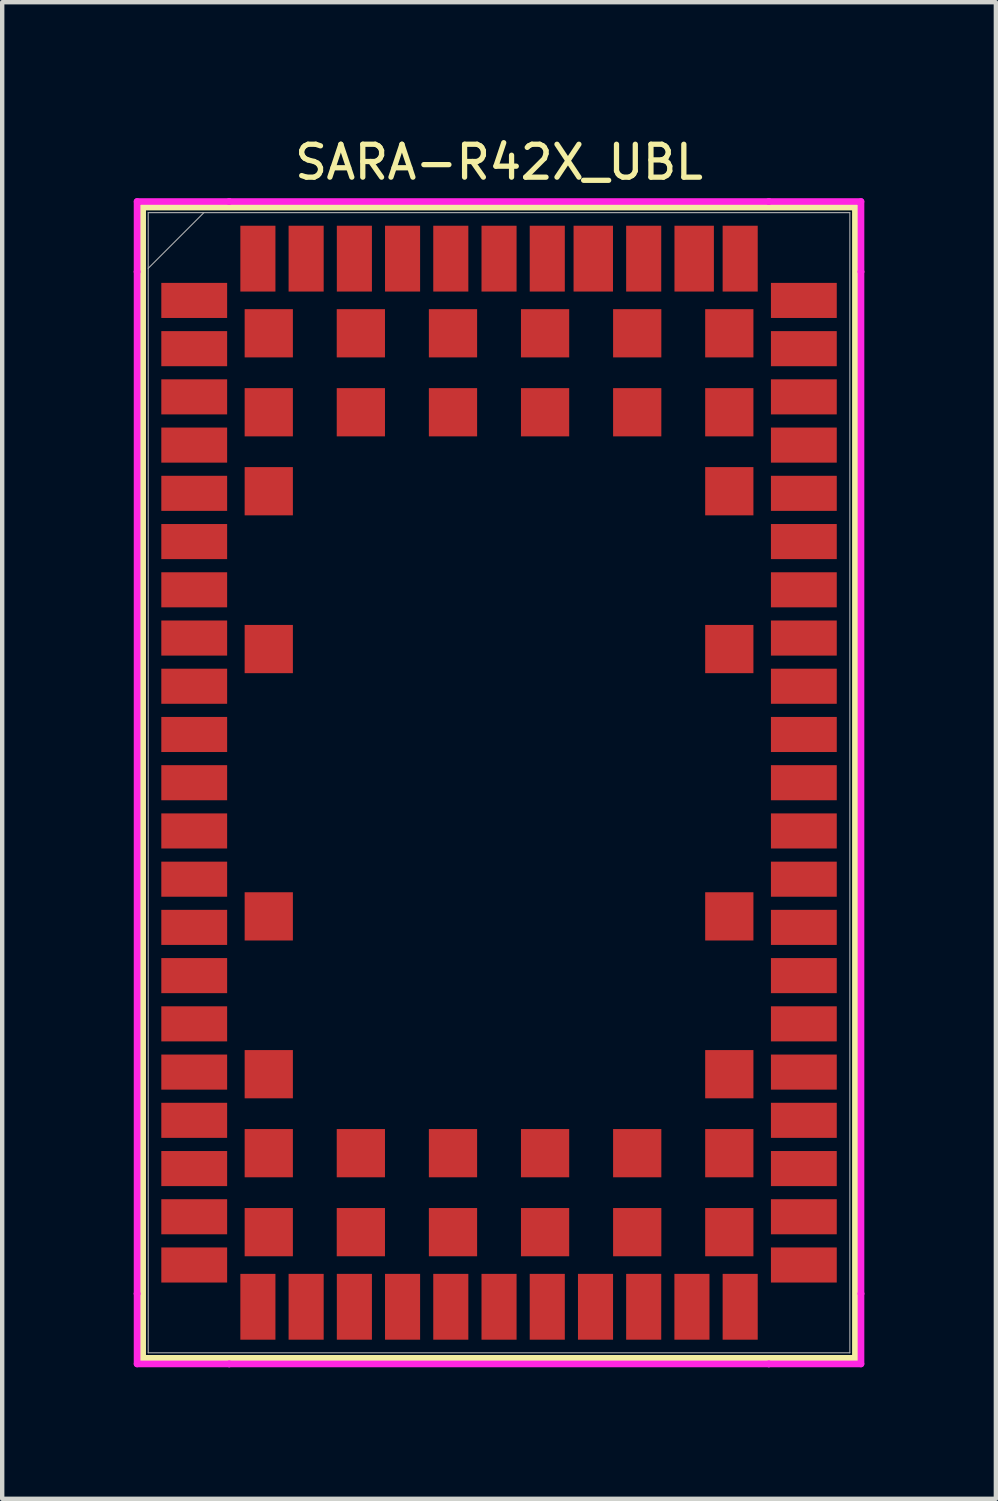
<source format=kicad_pcb>
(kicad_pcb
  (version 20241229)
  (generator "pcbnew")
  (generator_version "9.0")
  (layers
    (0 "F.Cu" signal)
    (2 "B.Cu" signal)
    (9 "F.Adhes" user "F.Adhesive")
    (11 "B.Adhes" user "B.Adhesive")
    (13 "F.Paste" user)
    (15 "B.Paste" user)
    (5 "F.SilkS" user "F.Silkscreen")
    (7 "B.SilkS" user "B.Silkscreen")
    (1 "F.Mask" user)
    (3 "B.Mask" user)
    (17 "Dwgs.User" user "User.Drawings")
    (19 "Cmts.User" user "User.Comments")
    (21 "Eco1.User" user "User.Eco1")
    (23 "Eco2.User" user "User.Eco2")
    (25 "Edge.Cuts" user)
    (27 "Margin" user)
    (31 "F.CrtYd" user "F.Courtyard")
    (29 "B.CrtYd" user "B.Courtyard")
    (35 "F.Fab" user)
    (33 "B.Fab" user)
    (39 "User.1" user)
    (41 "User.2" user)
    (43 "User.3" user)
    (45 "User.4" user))
  (footprint "SARA-R42X_UBL"
    (layer "F.Cu")
    (at 8.33 14.799)
    (property "Reference" "SARA-R42X_UBL" (at 0 -14.15 0) (unlocked yes) (layer "F.SilkS") (effects (font (size 0.75 0.75) (thickness 0.12))))
    (attr smd)
    (fp_line (start -8.127 -13.127) (end -8.127 13.127) (stroke (width 0.152) (type solid)) (layer "F.SilkS"))
    (fp_line (start -8.127 13.127) (end 8.127 13.127) (stroke (width 0.152) (type solid)) (layer "F.SilkS"))
    (fp_line (start 8.127 -13.127) (end -8.127 -13.127) (stroke (width 0.152) (type solid)) (layer "F.SilkS"))
    (fp_line (start 8.127 13.127) (end 8.127 -13.127) (stroke (width 0.152) (type solid)) (layer "F.SilkS"))
    (fp_line (start -8.254 -13.254) (end -6.153 -13.254) (stroke (width 0.152) (type solid)) (layer "F.CrtYd"))
    (fp_line (start -8.254 -11.652) (end -8.254 -13.254) (stroke (width 0.152) (type solid)) (layer "F.CrtYd"))
    (fp_line (start -8.254 -11.652) (end -8.254 -11.652) (stroke (width 0.152) (type solid)) (layer "F.CrtYd"))
    (fp_line (start -8.254 11.652) (end -8.254 -11.652) (stroke (width 0.152) (type solid)) (layer "F.CrtYd"))
    (fp_line (start -8.254 11.652) (end -8.254 11.652) (stroke (width 0.152) (type solid)) (layer "F.CrtYd"))
    (fp_line (start -8.254 13.254) (end -8.254 11.652) (stroke (width 0.152) (type solid)) (layer "F.CrtYd"))
    (fp_line (start -6.153 -13.254) (end -6.153 -13.254) (stroke (width 0.152) (type solid)) (layer "F.CrtYd"))
    (fp_line (start -6.153 -13.254) (end 6.153 -13.254) (stroke (width 0.152) (type solid)) (layer "F.CrtYd"))
    (fp_line (start -6.153 13.254) (end -8.254 13.254) (stroke (width 0.152) (type solid)) (layer "F.CrtYd"))
    (fp_line (start -6.153 13.254) (end -6.153 13.254) (stroke (width 0.152) (type solid)) (layer "F.CrtYd"))
    (fp_line (start 6.153 -13.254) (end 6.153 -13.254) (stroke (width 0.152) (type solid)) (layer "F.CrtYd"))
    (fp_line (start 6.153 -13.254) (end 8.254 -13.254) (stroke (width 0.152) (type solid)) (layer "F.CrtYd"))
    (fp_line (start 6.153 13.254) (end -6.153 13.254) (stroke (width 0.152) (type solid)) (layer "F.CrtYd"))
    (fp_line (start 6.153 13.254) (end 6.153 13.254) (stroke (width 0.152) (type solid)) (layer "F.CrtYd"))
    (fp_line (start 8.254 -13.254) (end 8.254 -11.652) (stroke (width 0.152) (type solid)) (layer "F.CrtYd"))
    (fp_line (start 8.254 -11.652) (end 8.254 -11.652) (stroke (width 0.152) (type solid)) (layer "F.CrtYd"))
    (fp_line (start 8.254 -11.652) (end 8.254 11.652) (stroke (width 0.152) (type solid)) (layer "F.CrtYd"))
    (fp_line (start 8.254 11.652) (end 8.254 11.652) (stroke (width 0.152) (type solid)) (layer "F.CrtYd"))
    (fp_line (start 8.254 11.652) (end 8.254 13.254) (stroke (width 0.152) (type solid)) (layer "F.CrtYd"))
    (fp_line (start 8.254 13.254) (end 6.153 13.254) (stroke (width 0.152) (type solid)) (layer "F.CrtYd"))
    (fp_line (start -8 -13) (end -8 13) (stroke (width 0.025) (type solid)) (layer "F.Fab"))
    (fp_line (start -8 -11.73) (end -6.73 -13) (stroke (width 0.025) (type solid)) (layer "F.Fab"))
    (fp_line (start -8 13) (end 8 13) (stroke (width 0.025) (type solid)) (layer "F.Fab"))
    (fp_line (start 8 -13) (end -8 -13) (stroke (width 0.025) (type solid)) (layer "F.Fab"))
    (fp_line (start 8 13) (end 8 -13) (stroke (width 0.025) (type solid)) (layer "F.Fab"))
    (pad "1" smd rect (at -6.951 -10.998) (size 1.501 0.8) (layers "F.Cu" "F.Mask" "F.Paste"))
    (pad "2" smd rect (at -6.951 -9.898) (size 1.501 0.8) (layers "F.Cu" "F.Mask" "F.Paste"))
    (pad "3" smd rect (at -6.951 -8.799) (size 1.501 0.8) (layers "F.Cu" "F.Mask" "F.Paste"))
    (pad "4" smd rect (at -6.951 -7.699) (size 1.501 0.8) (layers "F.Cu" "F.Mask" "F.Paste"))
    (pad "5" smd rect (at -6.951 -6.599) (size 1.501 0.8) (layers "F.Cu" "F.Mask" "F.Paste"))
    (pad "6" smd rect (at -6.951 -5.499) (size 1.501 0.8) (layers "F.Cu" "F.Mask" "F.Paste"))
    (pad "7" smd rect (at -6.951 -4.399) (size 1.501 0.8) (layers "F.Cu" "F.Mask" "F.Paste"))
    (pad "8" smd rect (at -6.951 -3.299) (size 1.501 0.8) (layers "F.Cu" "F.Mask" "F.Paste"))
    (pad "9" smd rect (at -6.951 -2.2) (size 1.501 0.8) (layers "F.Cu" "F.Mask" "F.Paste"))
    (pad "10" smd rect (at -6.951 -1.1) (size 1.501 0.8) (layers "F.Cu" "F.Mask" "F.Paste"))
    (pad "11" smd rect (at -6.951 0) (size 1.501 0.8) (layers "F.Cu" "F.Mask" "F.Paste"))
    (pad "12" smd rect (at -6.951 1.1) (size 1.501 0.8) (layers "F.Cu" "F.Mask" "F.Paste"))
    (pad "13" smd rect (at -6.951 2.2) (size 1.501 0.8) (layers "F.Cu" "F.Mask" "F.Paste"))
    (pad "14" smd rect (at -6.951 3.299) (size 1.501 0.8) (layers "F.Cu" "F.Mask" "F.Paste"))
    (pad "15" smd rect (at -6.951 4.399) (size 1.501 0.8) (layers "F.Cu" "F.Mask" "F.Paste"))
    (pad "16" smd rect (at -6.951 5.499) (size 1.501 0.8) (layers "F.Cu" "F.Mask" "F.Paste"))
    (pad "17" smd rect (at -6.951 6.599) (size 1.501 0.8) (layers "F.Cu" "F.Mask" "F.Paste"))
    (pad "18" smd rect (at -6.951 7.699) (size 1.501 0.8) (layers "F.Cu" "F.Mask" "F.Paste"))
    (pad "19" smd rect (at -6.951 8.799) (size 1.501 0.8) (layers "F.Cu" "F.Mask" "F.Paste"))
    (pad "20" smd rect (at -6.951 9.898) (size 1.501 0.8) (layers "F.Cu" "F.Mask" "F.Paste"))
    (pad "21" smd rect (at -6.951 10.998) (size 1.501 0.8) (layers "F.Cu" "F.Mask" "F.Paste"))
    (pad "22" smd rect (at -5.499 11.951 90) (size 1.501 0.8) (layers "F.Cu" "F.Mask" "F.Paste"))
    (pad "23" smd rect (at -4.399 11.951 90) (size 1.501 0.8) (layers "F.Cu" "F.Mask" "F.Paste"))
    (pad "24" smd rect (at -3.299 11.951 90) (size 1.501 0.8) (layers "F.Cu" "F.Mask" "F.Paste"))
    (pad "25" smd rect (at -2.2 11.951 90) (size 1.501 0.8) (layers "F.Cu" "F.Mask" "F.Paste"))
    (pad "26" smd rect (at -1.1 11.951 90) (size 1.501 0.8) (layers "F.Cu" "F.Mask" "F.Paste"))
    (pad "27" smd rect (at 0 11.951 90) (size 1.501 0.8) (layers "F.Cu" "F.Mask" "F.Paste"))
    (pad "28" smd rect (at 1.1 11.951 90) (size 1.501 0.8) (layers "F.Cu" "F.Mask" "F.Paste"))
    (pad "29" smd rect (at 2.2 11.951 90) (size 1.501 0.8) (layers "F.Cu" "F.Mask" "F.Paste"))
    (pad "30" smd rect (at 3.299 11.951 90) (size 1.501 0.8) (layers "F.Cu" "F.Mask" "F.Paste"))
    (pad "31" smd rect (at 4.399 11.951 90) (size 1.501 0.8) (layers "F.Cu" "F.Mask" "F.Paste"))
    (pad "32" smd rect (at 5.499 11.951 90) (size 1.501 0.8) (layers "F.Cu" "F.Mask" "F.Paste"))
    (pad "33" smd rect (at 6.951 10.998) (size 1.501 0.8) (layers "F.Cu" "F.Mask" "F.Paste"))
    (pad "34" smd rect (at 6.951 9.898) (size 1.501 0.8) (layers "F.Cu" "F.Mask" "F.Paste"))
    (pad "35" smd rect (at 6.951 8.799) (size 1.501 0.8) (layers "F.Cu" "F.Mask" "F.Paste"))
    (pad "36" smd rect (at 6.951 7.699) (size 1.501 0.8) (layers "F.Cu" "F.Mask" "F.Paste"))
    (pad "37" smd rect (at 6.951 6.599) (size 1.501 0.8) (layers "F.Cu" "F.Mask" "F.Paste"))
    (pad "38" smd rect (at 6.951 5.499) (size 1.501 0.8) (layers "F.Cu" "F.Mask" "F.Paste"))
    (pad "39" smd rect (at 6.951 4.399) (size 1.501 0.8) (layers "F.Cu" "F.Mask" "F.Paste"))
    (pad "40" smd rect (at 6.951 3.299) (size 1.501 0.8) (layers "F.Cu" "F.Mask" "F.Paste"))
    (pad "41" smd rect (at 6.951 2.2) (size 1.501 0.8) (layers "F.Cu" "F.Mask" "F.Paste"))
    (pad "42" smd rect (at 6.951 1.1) (size 1.501 0.8) (layers "F.Cu" "F.Mask" "F.Paste"))
    (pad "43" smd rect (at 6.951 0) (size 1.501 0.8) (layers "F.Cu" "F.Mask" "F.Paste"))
    (pad "44" smd rect (at 6.951 -1.1) (size 1.501 0.8) (layers "F.Cu" "F.Mask" "F.Paste"))
    (pad "45" smd rect (at 6.951 -2.2) (size 1.501 0.8) (layers "F.Cu" "F.Mask" "F.Paste"))
    (pad "46" smd rect (at 6.951 -3.299) (size 1.501 0.8) (layers "F.Cu" "F.Mask" "F.Paste"))
    (pad "47" smd rect (at 6.951 -4.399) (size 1.501 0.8) (layers "F.Cu" "F.Mask" "F.Paste"))
    (pad "48" smd rect (at 6.951 -5.499) (size 1.501 0.8) (layers "F.Cu" "F.Mask" "F.Paste"))
    (pad "49" smd rect (at 6.951 -6.599) (size 1.501 0.8) (layers "F.Cu" "F.Mask" "F.Paste"))
    (pad "50" smd rect (at 6.951 -7.699) (size 1.501 0.8) (layers "F.Cu" "F.Mask" "F.Paste"))
    (pad "51" smd rect (at 6.951 -8.799) (size 1.501 0.8) (layers "F.Cu" "F.Mask" "F.Paste"))
    (pad "52" smd rect (at 6.951 -9.898) (size 1.501 0.8) (layers "F.Cu" "F.Mask" "F.Paste"))
    (pad "53" smd rect (at 6.951 -10.998) (size 1.501 0.8) (layers "F.Cu" "F.Mask" "F.Paste"))
    (pad "54" smd rect (at 5.499 -11.951 90) (size 1.501 0.8) (layers "F.Cu" "F.Mask" "F.Paste"))
    (pad "55" smd rect (at 4.45 -11.951 90) (size 1.501 0.899) (layers "F.Cu" "F.Mask" "F.Paste"))
    (pad "56" smd rect (at 3.299 -11.951 90) (size 1.501 0.8) (layers "F.Cu" "F.Mask" "F.Paste"))
    (pad "57" smd rect (at 2.149 -11.951 90) (size 1.501 0.899) (layers "F.Cu" "F.Mask" "F.Paste"))
    (pad "58" smd rect (at 1.1 -11.951 90) (size 1.501 0.8) (layers "F.Cu" "F.Mask" "F.Paste"))
    (pad "59" smd rect (at 0 -11.951 90) (size 1.501 0.8) (layers "F.Cu" "F.Mask" "F.Paste"))
    (pad "60" smd rect (at -1.1 -11.951 90) (size 1.501 0.8) (layers "F.Cu" "F.Mask" "F.Paste"))
    (pad "61" smd rect (at -2.2 -11.951 90) (size 1.501 0.8) (layers "F.Cu" "F.Mask" "F.Paste"))
    (pad "62" smd rect (at -3.299 -11.951 90) (size 1.501 0.8) (layers "F.Cu" "F.Mask" "F.Paste"))
    (pad "63" smd rect (at -4.399 -11.951 90) (size 1.501 0.8) (layers "F.Cu" "F.Mask" "F.Paste"))
    (pad "64" smd rect (at -5.499 -11.951 90) (size 1.501 0.8) (layers "F.Cu" "F.Mask" "F.Paste"))
    (pad "65" smd rect (at -5.251 -10.249 90) (size 1.1 1.1) (layers "F.Cu" "F.Mask" "F.Paste"))
    (pad "66" smd rect (at -3.151 -10.249 90) (size 1.1 1.1) (layers "F.Cu" "F.Mask" "F.Paste"))
    (pad "67" smd rect (at -1.05 -10.249 90) (size 1.1 1.1) (layers "F.Cu" "F.Mask" "F.Paste"))
    (pad "68" smd rect (at 1.05 -10.249 90) (size 1.1 1.1) (layers "F.Cu" "F.Mask" "F.Paste"))
    (pad "69" smd rect (at 3.151 -10.249 90) (size 1.1 1.1) (layers "F.Cu" "F.Mask" "F.Paste"))
    (pad "70" smd rect (at 5.251 -10.249 90) (size 1.1 1.1) (layers "F.Cu" "F.Mask" "F.Paste"))
    (pad "71" smd rect (at -5.251 -8.448 90) (size 1.1 1.1) (layers "F.Cu" "F.Mask" "F.Paste"))
    (pad "72" smd rect (at -3.151 -8.448 90) (size 1.1 1.1) (layers "F.Cu" "F.Mask" "F.Paste"))
    (pad "73" smd rect (at -1.05 -8.448 90) (size 1.1 1.1) (layers "F.Cu" "F.Mask" "F.Paste"))
    (pad "74" smd rect (at 1.05 -8.448 90) (size 1.1 1.1) (layers "F.Cu" "F.Mask" "F.Paste"))
    (pad "75" smd rect (at 3.151 -8.448 90) (size 1.1 1.1) (layers "F.Cu" "F.Mask" "F.Paste"))
    (pad "76" smd rect (at 5.251 -8.448 90) (size 1.1 1.1) (layers "F.Cu" "F.Mask" "F.Paste"))
    (pad "77" smd rect (at -5.251 -6.647 90) (size 1.1 1.1) (layers "F.Cu" "F.Mask" "F.Paste"))
    (pad "78" smd rect (at 5.251 -6.647 90) (size 1.1 1.1) (layers "F.Cu" "F.Mask" "F.Paste"))
    (pad "79" smd rect (at -5.251 -3.048 90) (size 1.1 1.1) (layers "F.Cu" "F.Mask" "F.Paste"))
    (pad "80" smd rect (at 5.251 -3.048 90) (size 1.1 1.1) (layers "F.Cu" "F.Mask" "F.Paste"))
    (pad "81" smd rect (at -5.251 3.048 90) (size 1.1 1.1) (layers "F.Cu" "F.Mask" "F.Paste"))
    (pad "82" smd rect (at 5.251 3.048 90) (size 1.1 1.1) (layers "F.Cu" "F.Mask" "F.Paste"))
    (pad "83" smd rect (at -5.251 6.647 90) (size 1.1 1.1) (layers "F.Cu" "F.Mask" "F.Paste"))
    (pad "84" smd rect (at 5.251 6.647 90) (size 1.1 1.1) (layers "F.Cu" "F.Mask" "F.Paste"))
    (pad "85" smd rect (at -5.251 8.448 90) (size 1.1 1.1) (layers "F.Cu" "F.Mask" "F.Paste"))
    (pad "86" smd rect (at -3.151 8.448 90) (size 1.1 1.1) (layers "F.Cu" "F.Mask" "F.Paste"))
    (pad "87" smd rect (at -1.05 8.448 90) (size 1.1 1.1) (layers "F.Cu" "F.Mask" "F.Paste"))
    (pad "88" smd rect (at 1.05 8.448 90) (size 1.1 1.1) (layers "F.Cu" "F.Mask" "F.Paste"))
    (pad "89" smd rect (at 3.151 8.448 90) (size 1.1 1.1) (layers "F.Cu" "F.Mask" "F.Paste"))
    (pad "90" smd rect (at 5.251 8.448 90) (size 1.1 1.1) (layers "F.Cu" "F.Mask" "F.Paste"))
    (pad "91" smd rect (at -5.251 10.249 90) (size 1.1 1.1) (layers "F.Cu" "F.Mask" "F.Paste"))
    (pad "92" smd rect (at -3.151 10.249 90) (size 1.1 1.1) (layers "F.Cu" "F.Mask" "F.Paste"))
    (pad "93" smd rect (at -1.05 10.249 90) (size 1.1 1.1) (layers "F.Cu" "F.Mask" "F.Paste"))
    (pad "94" smd rect (at 1.05 10.249 90) (size 1.1 1.1) (layers "F.Cu" "F.Mask" "F.Paste"))
    (pad "95" smd rect (at 3.151 10.249 90) (size 1.1 1.1) (layers "F.Cu" "F.Mask" "F.Paste"))
    (pad "96" smd rect (at 5.251 10.249 90) (size 1.1 1.1) (layers "F.Cu" "F.Mask" "F.Paste")))
  (gr_rect
    (start -3 -3)
    (end 19.66 31.129)
    (stroke (width 0.1) (type default))
    (fill no)
    (layer "Edge.Cuts")))
</source>
